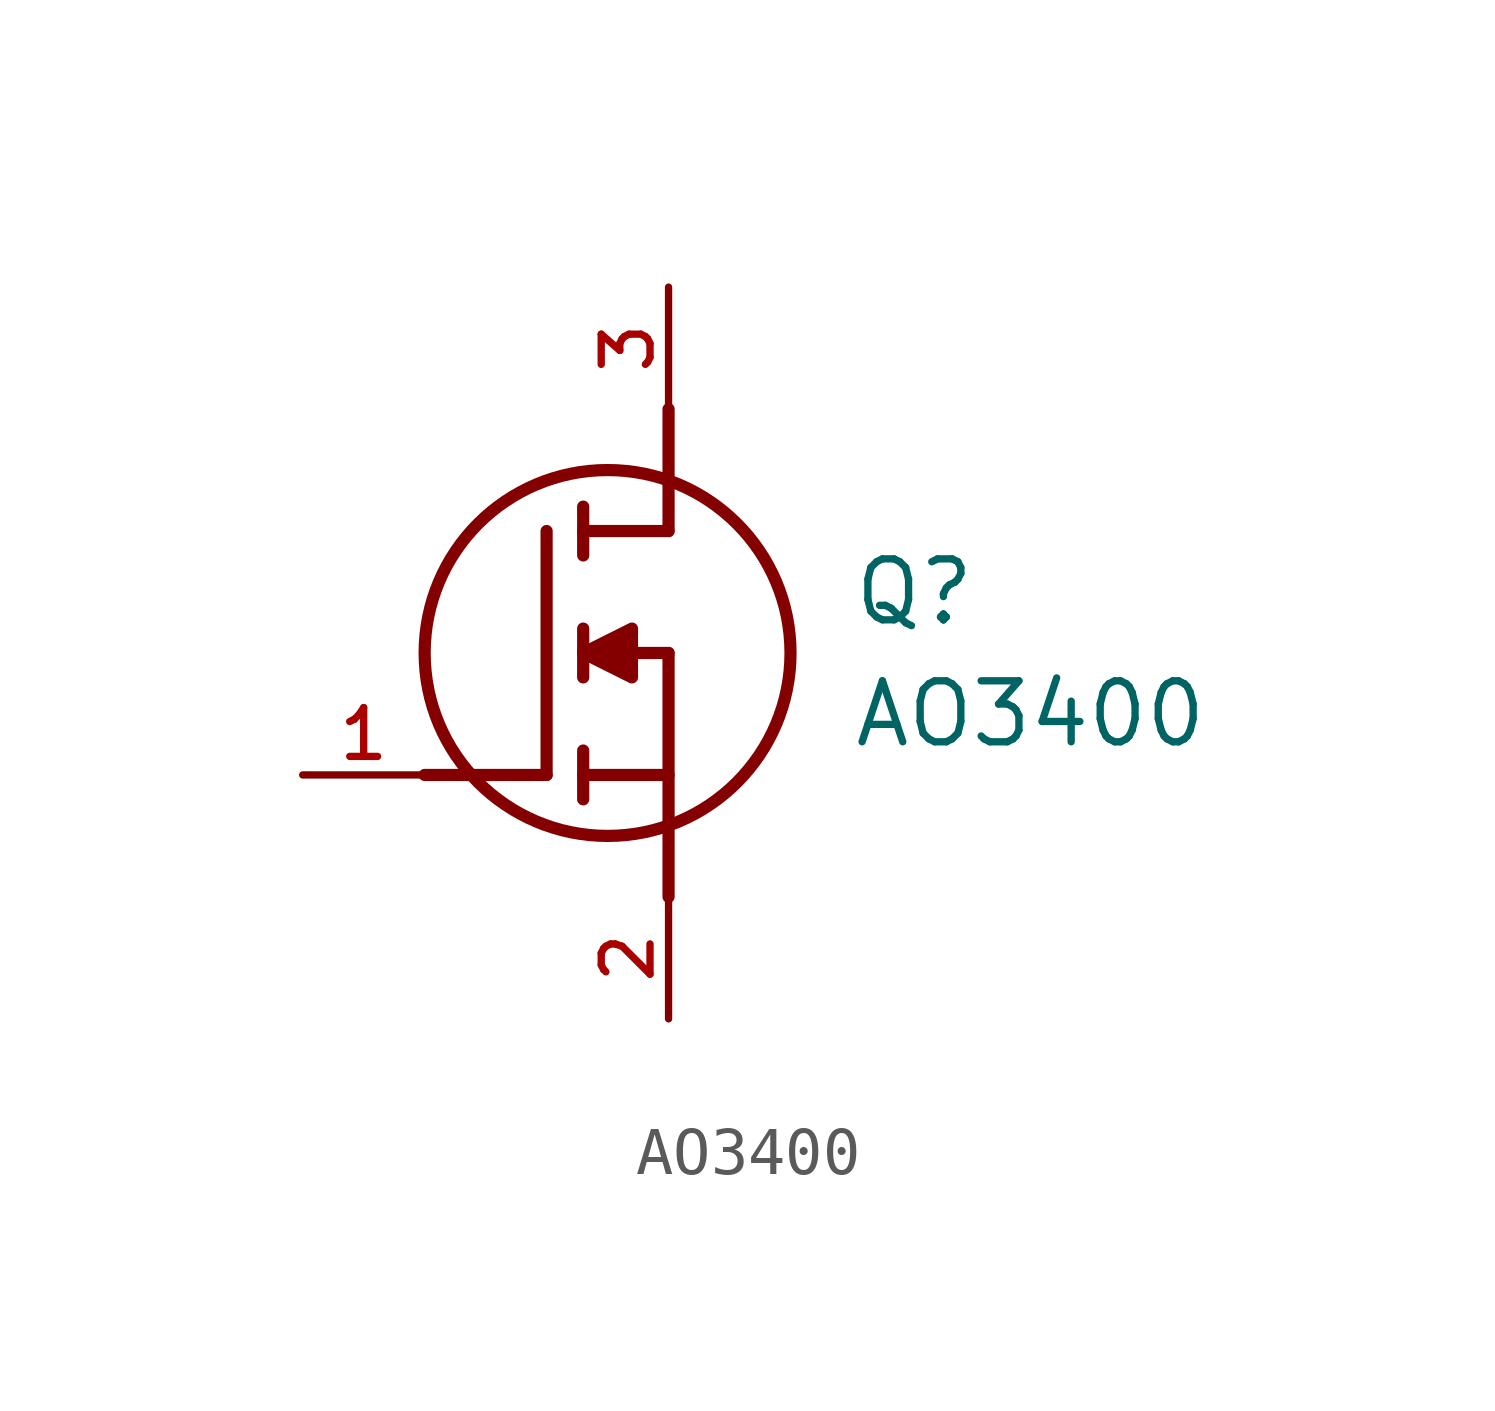
<source format=kicad_sym>
(kicad_symbol_lib
  (version 20211014)
  (generator kicad_symbol_editor)
  (symbol "AO3400"
    (pin_names
      (offset 1.016))
    (property "Reference" "Q"
      (at 11.43 3.81 0)
      (effects (font (size 1.27 1.27)) (justify left)))
    (property "Value" "AO3400"
      (at 11.43 1.27 0)
      (effects (font (size 1.27 1.27)) (justify left)))
    (symbol "AO3400_0_0"
      (polyline (pts (xy 7.62 2.54) (xy 7.62 -2.54)) (stroke (width 0.254)))
      (polyline (pts (xy 7.62 5.08) (xy 7.62 7.62)) (stroke (width 0.254)))
      (polyline (pts (xy 2.54 0.0) (xy 5.08 0.0)) (stroke (width 0.254)))
      (polyline (pts (xy 5.08 5.08) (xy 5.08 0.0)) (stroke (width 0.254)))
      (polyline (pts (xy 7.62 2.54) (xy 5.842 2.54)) (stroke (width 0.254)))
      (polyline (pts (xy 7.62 5.08) (xy 5.842 5.08)) (stroke (width 0.254)))
      (polyline (pts (xy 5.842 0.0) (xy 7.62 0.0)) (stroke (width 0.254)))
      (polyline (pts (xy 5.842 5.588) (xy 5.842 4.572)) (stroke (width 0.254)))
      (polyline (pts (xy 5.842 -0.508) (xy 5.842 0.508)) (stroke (width 0.254)))
      (polyline (pts (xy 5.842 2.032) (xy 5.842 3.048)) (stroke (width 0.254)))
      (circle (center 6.35 2.54) (radius 3.81) (stroke (width 0.254)) (fill (type none)))
      (polyline (pts (xy 5.842 2.54) (xy 6.858 3.048) (xy 6.858 2.032) (xy 5.842 2.54)) (stroke (width 0.254)) (fill (type outline)))
      (pin bidirectional line (at 0.0 0.0 0) (length 2.54) (name "~" (effects (font (size 1.016 1.016)))) (number "1" (effects (font (size 1.016 1.016)))))
      (pin bidirectional line (at 7.62 10.16 270.0) (length 2.54) (name "~" (effects (font (size 1.016 1.016)))) (number "3" (effects (font (size 1.016 1.016)))))
      (pin bidirectional line (at 7.62 -5.08 90.0) (length 2.54) (name "~" (effects (font (size 1.016 1.016)))) (number "2" (effects (font (size 1.016 1.016))))))))
</source>
